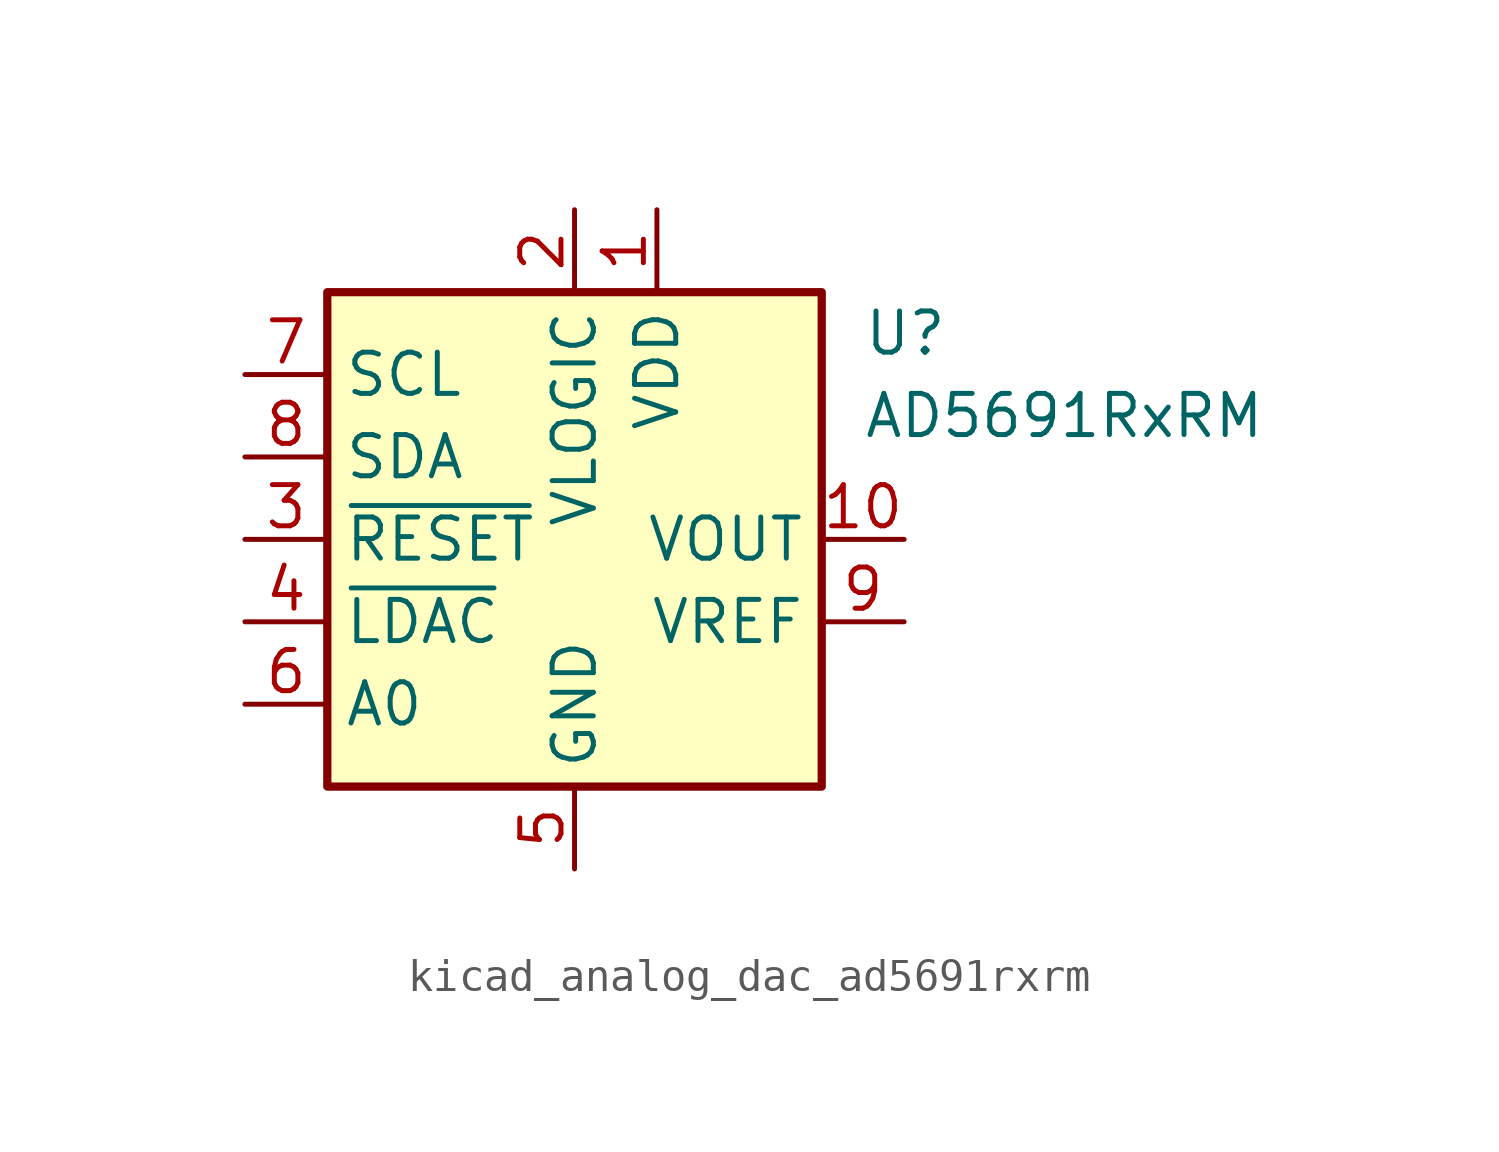
<source format=kicad_sym>
(kicad_symbol_lib
  (version 20220914)
  (generator kicad_symbol_editor)
  (symbol "kicad_analog_dac_ad5691rxrm"
    (property "Reference" "U"
      (at 8.89 6.35 0)
      (effects (font (size 1.27 1.27)) (justify left)))
    (property "Value" "AD5691RxRM"
      (at 8.89 3.81 0)
      (effects (font (size 1.27 1.27)) (justify left)))
    (symbol "kicad_analog_dac_ad5691rxrm_0_1"
      (rectangle (start -7.62 7.62) (end 7.62 -7.62) (stroke (width 0.254) (type default)) (fill (type background))))
    (symbol "kicad_analog_dac_ad5691rxrm_1_1"
      (pin power_in line (at 2.54 10.16 270) (length 2.54) (name "VDD" (effects (font (size 1.27 1.27)))) (number "1" (effects (font (size 1.27 1.27)))))
      (pin output line (at 10.16 0 180) (length 2.54) (name "VOUT" (effects (font (size 1.27 1.27)))) (number "10" (effects (font (size 1.27 1.27)))))
      (pin power_in line (at 0 10.16 270) (length 2.54) (name "VLOGIC" (effects (font (size 1.27 1.27)))) (number "2" (effects (font (size 1.27 1.27)))))
      (pin input line (at -10.16 0 0) (length 2.54) (name "~{RESET}" (effects (font (size 1.27 1.27)))) (number "3" (effects (font (size 1.27 1.27)))))
      (pin input line (at -10.16 -2.54 0) (length 2.54) (name "~{LDAC}" (effects (font (size 1.27 1.27)))) (number "4" (effects (font (size 1.27 1.27)))))
      (pin power_in line (at 0 -10.16 90) (length 2.54) (name "GND" (effects (font (size 1.27 1.27)))) (number "5" (effects (font (size 1.27 1.27)))))
      (pin input line (at -10.16 -5.08 0) (length 2.54) (name "A0" (effects (font (size 1.27 1.27)))) (number "6" (effects (font (size 1.27 1.27)))))
      (pin input line (at -10.16 5.08 0) (length 2.54) (name "SCL" (effects (font (size 1.27 1.27)))) (number "7" (effects (font (size 1.27 1.27)))))
      (pin bidirectional line (at -10.16 2.54 0) (length 2.54) (name "SDA" (effects (font (size 1.27 1.27)))) (number "8" (effects (font (size 1.27 1.27)))))
      (pin passive line (at 10.16 -2.54 180) (length 2.54) (name "VREF" (effects (font (size 1.27 1.27)))) (number "9" (effects (font (size 1.27 1.27))))))))
</source>
